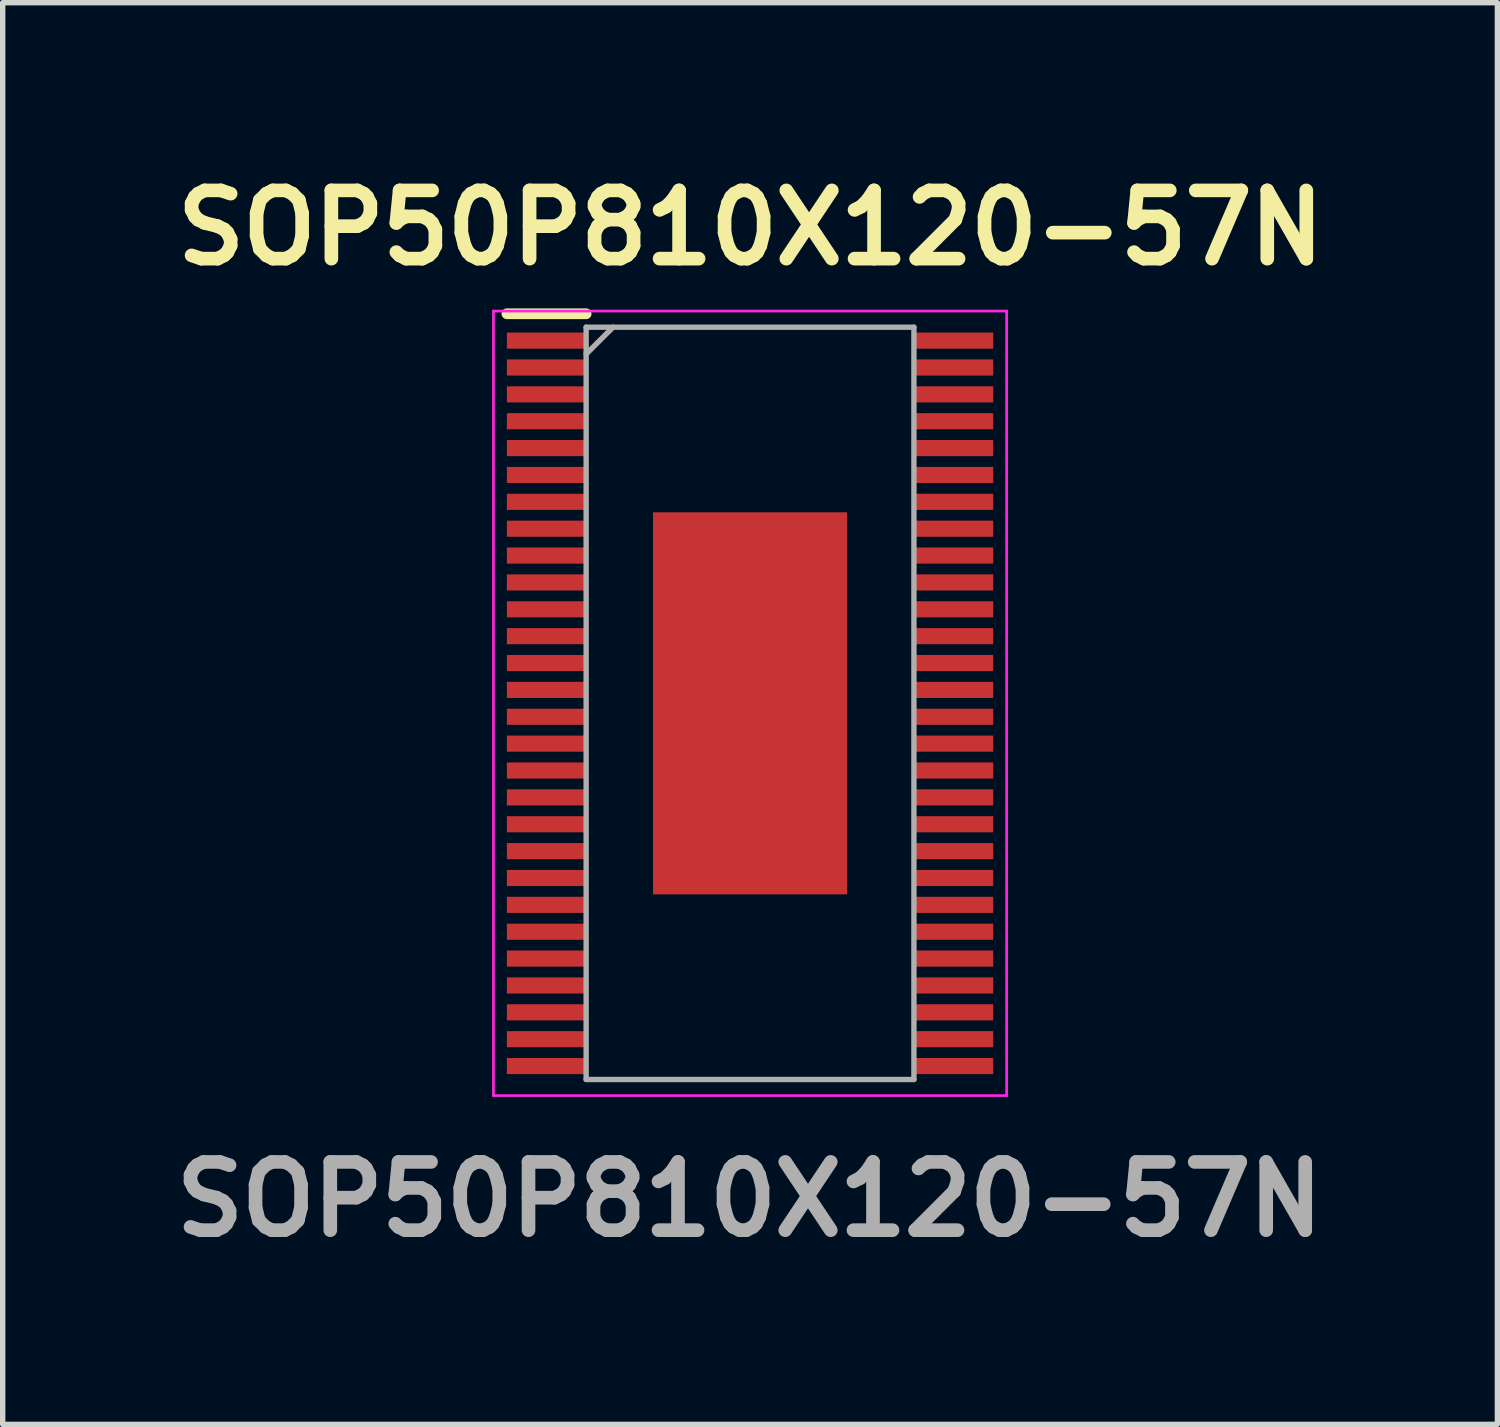
<source format=kicad_pcb>
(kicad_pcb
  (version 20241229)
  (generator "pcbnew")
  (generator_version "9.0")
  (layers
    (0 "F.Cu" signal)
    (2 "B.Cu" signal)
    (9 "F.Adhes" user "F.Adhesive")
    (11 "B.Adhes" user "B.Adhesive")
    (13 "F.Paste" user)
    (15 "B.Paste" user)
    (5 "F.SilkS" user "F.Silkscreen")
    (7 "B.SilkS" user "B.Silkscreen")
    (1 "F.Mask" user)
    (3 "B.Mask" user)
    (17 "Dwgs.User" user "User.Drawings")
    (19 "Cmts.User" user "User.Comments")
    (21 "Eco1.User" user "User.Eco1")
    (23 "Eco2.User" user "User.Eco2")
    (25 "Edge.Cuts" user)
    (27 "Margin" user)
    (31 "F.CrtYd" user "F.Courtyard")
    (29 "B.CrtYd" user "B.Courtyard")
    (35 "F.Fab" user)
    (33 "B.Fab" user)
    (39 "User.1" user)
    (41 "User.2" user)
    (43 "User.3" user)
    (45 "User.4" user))
  (footprint "SOP50P810X120-57N"
    (layer "F.Cu")
    (at 10.908 10.039)
    (property "Reference" "SOP50P810X120-57N" (at 0.01 -8.85 0) (layer "F.SilkS") (effects (font (size 1.27 1.27) (thickness 0.254))))
    (attr smd)
    (fp_line (start -4.525 -7.25) (end -3.05 -7.25) (stroke (width 0.2) (type solid)) (layer "F.SilkS"))
    (fp_line (start -4.775 -7.3) (end 4.775 -7.3) (stroke (width 0.05) (type solid)) (layer "F.CrtYd"))
    (fp_line (start -4.775 7.3) (end -4.775 -7.3) (stroke (width 0.05) (type solid)) (layer "F.CrtYd"))
    (fp_line (start 4.775 -7.3) (end 4.775 7.3) (stroke (width 0.05) (type solid)) (layer "F.CrtYd"))
    (fp_line (start 4.775 7.3) (end -4.775 7.3) (stroke (width 0.05) (type solid)) (layer "F.CrtYd"))
    (fp_line (start -3.05 -7) (end 3.05 -7) (stroke (width 0.1) (type solid)) (layer "F.Fab"))
    (fp_line (start -3.05 -6.5) (end -2.55 -7) (stroke (width 0.1) (type solid)) (layer "F.Fab"))
    (fp_line (start -3.05 7) (end -3.05 -7) (stroke (width 0.1) (type solid)) (layer "F.Fab"))
    (fp_line (start 3.05 -7) (end 3.05 7) (stroke (width 0.1) (type solid)) (layer "F.Fab"))
    (fp_line (start 3.05 7) (end -3.05 7) (stroke (width 0.1) (type solid)) (layer "F.Fab"))
    (fp_text user "${REFERENCE}" (at -0.01 9.23 0) (layer "F.Fab") (effects (font (size 1.27 1.27) (thickness 0.254))))
    (pad "1" smd rect (at -3.788 -6.75 90) (size 0.3 1.475) (layers "F.Cu" "F.Mask" "F.Paste"))
    (pad "2" smd rect (at -3.788 -6.25 90) (size 0.3 1.475) (layers "F.Cu" "F.Mask" "F.Paste"))
    (pad "3" smd rect (at -3.788 -5.75 90) (size 0.3 1.475) (layers "F.Cu" "F.Mask" "F.Paste"))
    (pad "4" smd rect (at -3.788 -5.25 90) (size 0.3 1.475) (layers "F.Cu" "F.Mask" "F.Paste"))
    (pad "5" smd rect (at -3.788 -4.75 90) (size 0.3 1.475) (layers "F.Cu" "F.Mask" "F.Paste"))
    (pad "6" smd rect (at -3.788 -4.25 90) (size 0.3 1.475) (layers "F.Cu" "F.Mask" "F.Paste"))
    (pad "7" smd rect (at -3.788 -3.75 90) (size 0.3 1.475) (layers "F.Cu" "F.Mask" "F.Paste"))
    (pad "8" smd rect (at -3.788 -3.25 90) (size 0.3 1.475) (layers "F.Cu" "F.Mask" "F.Paste"))
    (pad "9" smd rect (at -3.788 -2.75 90) (size 0.3 1.475) (layers "F.Cu" "F.Mask" "F.Paste"))
    (pad "10" smd rect (at -3.788 -2.25 90) (size 0.3 1.475) (layers "F.Cu" "F.Mask" "F.Paste"))
    (pad "11" smd rect (at -3.788 -1.75 90) (size 0.3 1.475) (layers "F.Cu" "F.Mask" "F.Paste"))
    (pad "12" smd rect (at -3.788 -1.25 90) (size 0.3 1.475) (layers "F.Cu" "F.Mask" "F.Paste"))
    (pad "13" smd rect (at -3.788 -0.75 90) (size 0.3 1.475) (layers "F.Cu" "F.Mask" "F.Paste"))
    (pad "14" smd rect (at -3.788 -0.25 90) (size 0.3 1.475) (layers "F.Cu" "F.Mask" "F.Paste"))
    (pad "15" smd rect (at -3.788 0.25 90) (size 0.3 1.475) (layers "F.Cu" "F.Mask" "F.Paste"))
    (pad "16" smd rect (at -3.788 0.75 90) (size 0.3 1.475) (layers "F.Cu" "F.Mask" "F.Paste"))
    (pad "17" smd rect (at -3.788 1.25 90) (size 0.3 1.475) (layers "F.Cu" "F.Mask" "F.Paste"))
    (pad "18" smd rect (at -3.788 1.75 90) (size 0.3 1.475) (layers "F.Cu" "F.Mask" "F.Paste"))
    (pad "19" smd rect (at -3.788 2.25 90) (size 0.3 1.475) (layers "F.Cu" "F.Mask" "F.Paste"))
    (pad "20" smd rect (at -3.788 2.75 90) (size 0.3 1.475) (layers "F.Cu" "F.Mask" "F.Paste"))
    (pad "21" smd rect (at -3.788 3.25 90) (size 0.3 1.475) (layers "F.Cu" "F.Mask" "F.Paste"))
    (pad "22" smd rect (at -3.788 3.75 90) (size 0.3 1.475) (layers "F.Cu" "F.Mask" "F.Paste"))
    (pad "23" smd rect (at -3.788 4.25 90) (size 0.3 1.475) (layers "F.Cu" "F.Mask" "F.Paste"))
    (pad "24" smd rect (at -3.788 4.75 90) (size 0.3 1.475) (layers "F.Cu" "F.Mask" "F.Paste"))
    (pad "25" smd rect (at -3.788 5.25 90) (size 0.3 1.475) (layers "F.Cu" "F.Mask" "F.Paste"))
    (pad "26" smd rect (at -3.788 5.75 90) (size 0.3 1.475) (layers "F.Cu" "F.Mask" "F.Paste"))
    (pad "27" smd rect (at -3.788 6.25 90) (size 0.3 1.475) (layers "F.Cu" "F.Mask" "F.Paste"))
    (pad "28" smd rect (at -3.788 6.75 90) (size 0.3 1.475) (layers "F.Cu" "F.Mask" "F.Paste"))
    (pad "29" smd rect (at 3.788 6.75 90) (size 0.3 1.475) (layers "F.Cu" "F.Mask" "F.Paste"))
    (pad "30" smd rect (at 3.788 6.25 90) (size 0.3 1.475) (layers "F.Cu" "F.Mask" "F.Paste"))
    (pad "31" smd rect (at 3.788 5.75 90) (size 0.3 1.475) (layers "F.Cu" "F.Mask" "F.Paste"))
    (pad "32" smd rect (at 3.788 5.25 90) (size 0.3 1.475) (layers "F.Cu" "F.Mask" "F.Paste"))
    (pad "33" smd rect (at 3.788 4.75 90) (size 0.3 1.475) (layers "F.Cu" "F.Mask" "F.Paste"))
    (pad "34" smd rect (at 3.788 4.25 90) (size 0.3 1.475) (layers "F.Cu" "F.Mask" "F.Paste"))
    (pad "35" smd rect (at 3.788 3.75 90) (size 0.3 1.475) (layers "F.Cu" "F.Mask" "F.Paste"))
    (pad "36" smd rect (at 3.788 3.25 90) (size 0.3 1.475) (layers "F.Cu" "F.Mask" "F.Paste"))
    (pad "37" smd rect (at 3.788 2.75 90) (size 0.3 1.475) (layers "F.Cu" "F.Mask" "F.Paste"))
    (pad "38" smd rect (at 3.788 2.25 90) (size 0.3 1.475) (layers "F.Cu" "F.Mask" "F.Paste"))
    (pad "39" smd rect (at 3.788 1.75 90) (size 0.3 1.475) (layers "F.Cu" "F.Mask" "F.Paste"))
    (pad "40" smd rect (at 3.788 1.25 90) (size 0.3 1.475) (layers "F.Cu" "F.Mask" "F.Paste"))
    (pad "41" smd rect (at 3.788 0.75 90) (size 0.3 1.475) (layers "F.Cu" "F.Mask" "F.Paste"))
    (pad "42" smd rect (at 3.788 0.25 90) (size 0.3 1.475) (layers "F.Cu" "F.Mask" "F.Paste"))
    (pad "43" smd rect (at 3.788 -0.25 90) (size 0.3 1.475) (layers "F.Cu" "F.Mask" "F.Paste"))
    (pad "44" smd rect (at 3.788 -0.75 90) (size 0.3 1.475) (layers "F.Cu" "F.Mask" "F.Paste"))
    (pad "45" smd rect (at 3.788 -1.25 90) (size 0.3 1.475) (layers "F.Cu" "F.Mask" "F.Paste"))
    (pad "46" smd rect (at 3.788 -1.75 90) (size 0.3 1.475) (layers "F.Cu" "F.Mask" "F.Paste"))
    (pad "47" smd rect (at 3.788 -2.25 90) (size 0.3 1.475) (layers "F.Cu" "F.Mask" "F.Paste"))
    (pad "48" smd rect (at 3.788 -2.75 90) (size 0.3 1.475) (layers "F.Cu" "F.Mask" "F.Paste"))
    (pad "49" smd rect (at 3.788 -3.25 90) (size 0.3 1.475) (layers "F.Cu" "F.Mask" "F.Paste"))
    (pad "50" smd rect (at 3.788 -3.75 90) (size 0.3 1.475) (layers "F.Cu" "F.Mask" "F.Paste"))
    (pad "51" smd rect (at 3.788 -4.25 90) (size 0.3 1.475) (layers "F.Cu" "F.Mask" "F.Paste"))
    (pad "52" smd rect (at 3.788 -4.75 90) (size 0.3 1.475) (layers "F.Cu" "F.Mask" "F.Paste"))
    (pad "53" smd rect (at 3.788 -5.25 90) (size 0.3 1.475) (layers "F.Cu" "F.Mask" "F.Paste"))
    (pad "54" smd rect (at 3.788 -5.75 90) (size 0.3 1.475) (layers "F.Cu" "F.Mask" "F.Paste"))
    (pad "55" smd rect (at 3.788 -6.25 90) (size 0.3 1.475) (layers "F.Cu" "F.Mask" "F.Paste"))
    (pad "56" smd rect (at 3.788 -6.75 90) (size 0.3 1.475) (layers "F.Cu" "F.Mask" "F.Paste"))
    (pad "57" smd rect (at 0 0) (size 3.61 7.11) (layers "F.Cu" "F.Mask" "F.Paste")))
  (gr_rect
    (start -3 -3)
    (end 24.816 23.457)
    (stroke (width 0.1) (type default))
    (fill no)
    (layer "Edge.Cuts")))
</source>
